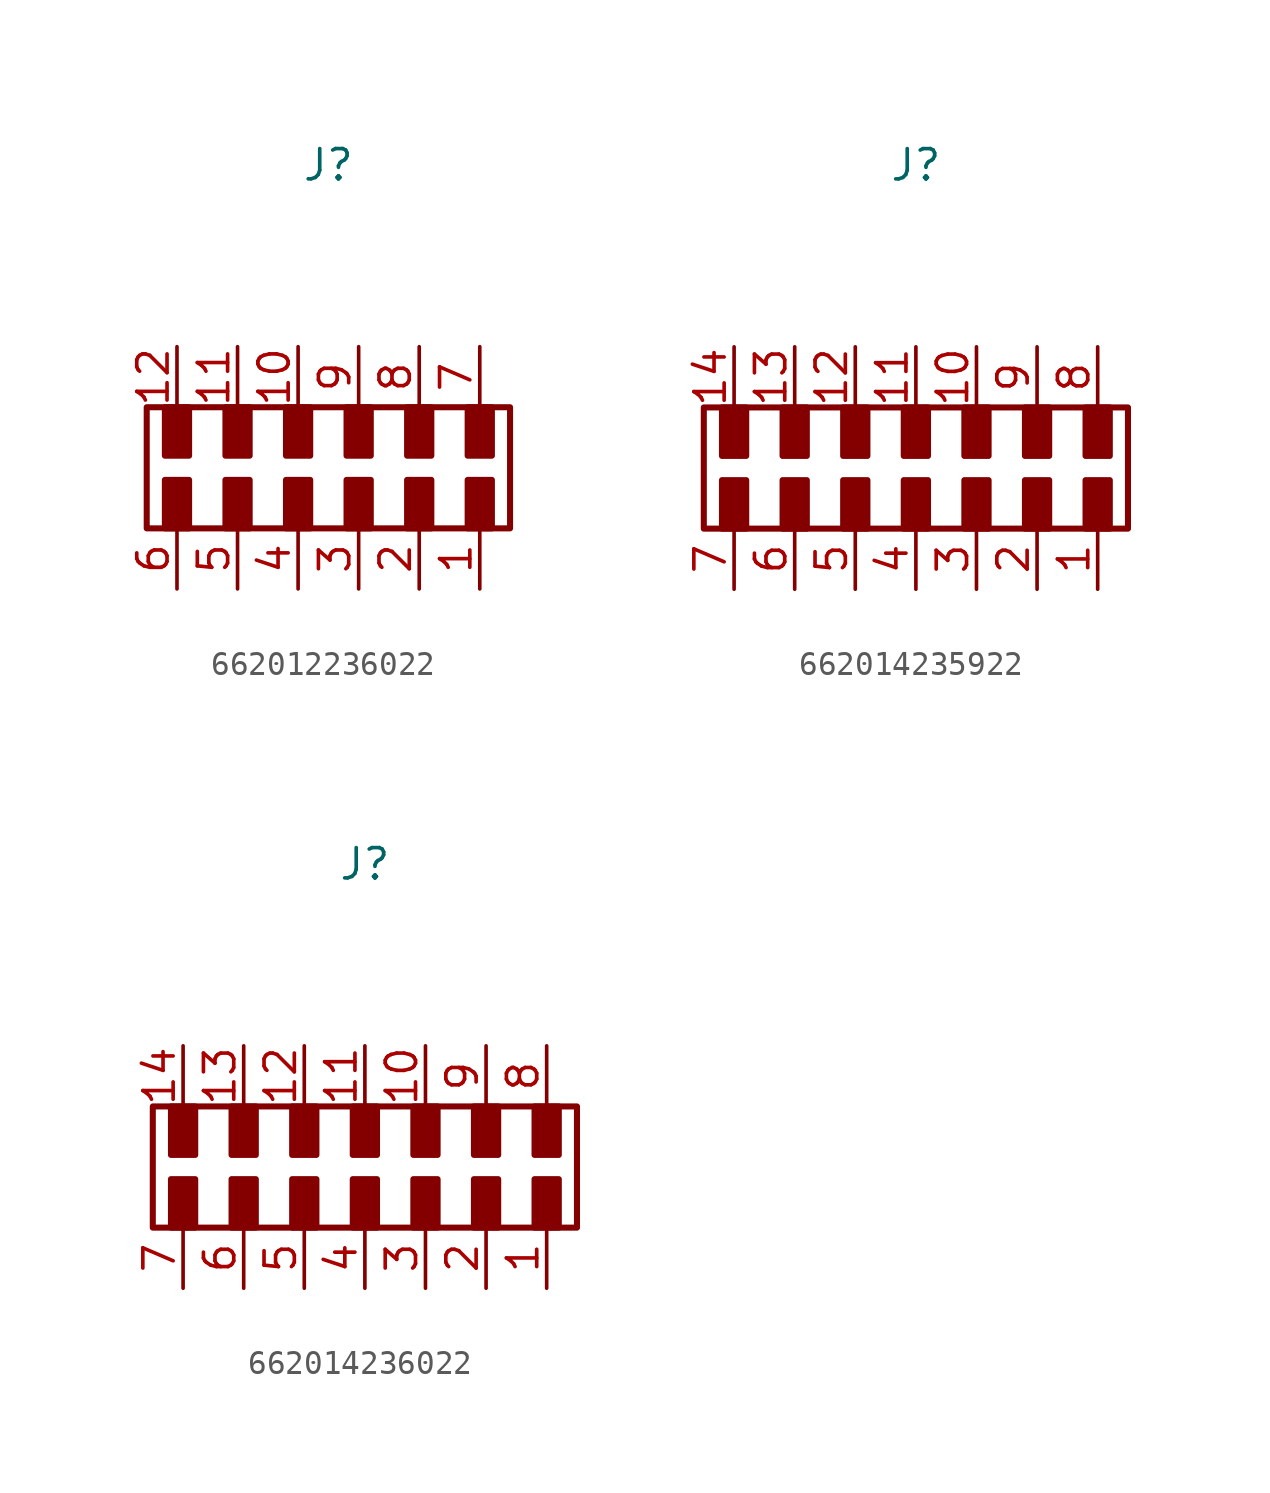
<source format=kicad_sym>
(kicad_symbol_lib
  (version 20241209)
  (generator "kicad_symbol_editor")
  (generator_version "9.0")
  (symbol "662012236022"
    (pin_names
      (hide yes))
    (property "Reference" "J"
      (at 0 12.7 0)
      (effects (font (size 1.27 1.27))))
    (symbol "662012236022_1_1"
      (rectangle (start -7.62 2.54) (end 7.62 -2.54) (stroke (width 0.254) (type solid)) (fill (type none)))
      (rectangle (start -6.858 2.54) (end -5.842 0.508) (stroke (width 0.254) (type solid)) (fill (type outline)))
      (rectangle (start -6.858 -0.508) (end -5.842 -2.54) (stroke (width 0.254) (type solid)) (fill (type outline)))
      (rectangle (start -4.318 2.54) (end -3.302 0.508) (stroke (width 0.254) (type solid)) (fill (type outline)))
      (rectangle (start -4.318 -0.508) (end -3.302 -2.54) (stroke (width 0.254) (type solid)) (fill (type outline)))
      (rectangle (start -1.778 2.54) (end -0.762 0.508) (stroke (width 0.254) (type solid)) (fill (type outline)))
      (rectangle (start -1.778 -0.508) (end -0.762 -2.54) (stroke (width 0.254) (type solid)) (fill (type outline)))
      (rectangle (start 0.762 2.54) (end 1.778 0.508) (stroke (width 0.254) (type solid)) (fill (type outline)))
      (rectangle (start 0.762 -0.508) (end 1.778 -2.54) (stroke (width 0.254) (type solid)) (fill (type outline)))
      (rectangle (start 3.302 2.54) (end 4.318 0.508) (stroke (width 0.254) (type solid)) (fill (type outline)))
      (rectangle (start 3.302 -0.508) (end 4.318 -2.54) (stroke (width 0.254) (type solid)) (fill (type outline)))
      (rectangle (start 5.842 2.54) (end 6.858 0.508) (stroke (width 0.254) (type solid)) (fill (type outline)))
      (rectangle (start 5.842 -0.508) (end 6.858 -2.54) (stroke (width 0.254) (type solid)) (fill (type outline)))
      (pin passive line (at -6.35 5.08 270) (length 2.54) (name "12" (effects (font (size 1.27 1.27)))) (number "12" (effects (font (size 1.27 1.27)))))
      (pin passive line (at -6.35 -5.08 90) (length 2.54) (name "6" (effects (font (size 1.27 1.27)))) (number "6" (effects (font (size 1.27 1.27)))))
      (pin passive line (at -3.81 5.08 270) (length 2.54) (name "11" (effects (font (size 1.27 1.27)))) (number "11" (effects (font (size 1.27 1.27)))))
      (pin passive line (at -3.81 -5.08 90) (length 2.54) (name "5" (effects (font (size 1.27 1.27)))) (number "5" (effects (font (size 1.27 1.27)))))
      (pin passive line (at -1.27 5.08 270) (length 2.54) (name "10" (effects (font (size 1.27 1.27)))) (number "10" (effects (font (size 1.27 1.27)))))
      (pin passive line (at -1.27 -5.08 90) (length 2.54) (name "4" (effects (font (size 1.27 1.27)))) (number "4" (effects (font (size 1.27 1.27)))))
      (pin passive line (at 1.27 5.08 270) (length 2.54) (name "9" (effects (font (size 1.27 1.27)))) (number "9" (effects (font (size 1.27 1.27)))))
      (pin passive line (at 1.27 -5.08 90) (length 2.54) (name "3" (effects (font (size 1.27 1.27)))) (number "3" (effects (font (size 1.27 1.27)))))
      (pin passive line (at 3.81 5.08 270) (length 2.54) (name "8" (effects (font (size 1.27 1.27)))) (number "8" (effects (font (size 1.27 1.27)))))
      (pin passive line (at 3.81 -5.08 90) (length 2.54) (name "2" (effects (font (size 1.27 1.27)))) (number "2" (effects (font (size 1.27 1.27)))))
      (pin passive line (at 6.35 5.08 270) (length 2.54) (name "7" (effects (font (size 1.27 1.27)))) (number "7" (effects (font (size 1.27 1.27)))))
      (pin passive line (at 6.35 -5.08 90) (length 2.54) (name "1" (effects (font (size 1.27 1.27)))) (number "1" (effects (font (size 1.27 1.27)))))))
  (symbol "662014235922"
    (pin_names
      (hide yes))
    (property "Reference" "J"
      (at 0 12.7 0)
      (effects (font (size 1.27 1.27))))
    (symbol "662014235922_1_1"
      (rectangle (start -8.89 2.54) (end 8.89 -2.54) (stroke (width 0.254) (type solid)) (fill (type none)))
      (rectangle (start -8.128 2.54) (end -7.112 0.508) (stroke (width 0.254) (type solid)) (fill (type outline)))
      (rectangle (start -8.128 -0.508) (end -7.112 -2.54) (stroke (width 0.254) (type solid)) (fill (type outline)))
      (rectangle (start -5.588 2.54) (end -4.572 0.508) (stroke (width 0.254) (type solid)) (fill (type outline)))
      (rectangle (start -5.588 -0.508) (end -4.572 -2.54) (stroke (width 0.254) (type solid)) (fill (type outline)))
      (rectangle (start -3.048 2.54) (end -2.032 0.508) (stroke (width 0.254) (type solid)) (fill (type outline)))
      (rectangle (start -3.048 -0.508) (end -2.032 -2.54) (stroke (width 0.254) (type solid)) (fill (type outline)))
      (rectangle (start -0.508 2.54) (end 0.508 0.508) (stroke (width 0.254) (type solid)) (fill (type outline)))
      (rectangle (start -0.508 -0.508) (end 0.508 -2.54) (stroke (width 0.254) (type solid)) (fill (type outline)))
      (rectangle (start 2.032 2.54) (end 3.048 0.508) (stroke (width 0.254) (type solid)) (fill (type outline)))
      (rectangle (start 2.032 -0.508) (end 3.048 -2.54) (stroke (width 0.254) (type solid)) (fill (type outline)))
      (rectangle (start 4.572 2.54) (end 5.588 0.508) (stroke (width 0.254) (type solid)) (fill (type outline)))
      (rectangle (start 4.572 -0.508) (end 5.588 -2.54) (stroke (width 0.254) (type solid)) (fill (type outline)))
      (rectangle (start 7.112 2.54) (end 8.128 0.508) (stroke (width 0.254) (type solid)) (fill (type outline)))
      (rectangle (start 7.112 -0.508) (end 8.128 -2.54) (stroke (width 0.254) (type solid)) (fill (type outline)))
      (pin passive line (at -7.62 5.08 270) (length 2.54) (name "14" (effects (font (size 1.27 1.27)))) (number "14" (effects (font (size 1.27 1.27)))))
      (pin passive line (at -7.62 -5.08 90) (length 2.54) (name "7" (effects (font (size 1.27 1.27)))) (number "7" (effects (font (size 1.27 1.27)))))
      (pin passive line (at -5.08 5.08 270) (length 2.54) (name "13" (effects (font (size 1.27 1.27)))) (number "13" (effects (font (size 1.27 1.27)))))
      (pin passive line (at -5.08 -5.08 90) (length 2.54) (name "6" (effects (font (size 1.27 1.27)))) (number "6" (effects (font (size 1.27 1.27)))))
      (pin passive line (at -2.54 5.08 270) (length 2.54) (name "12" (effects (font (size 1.27 1.27)))) (number "12" (effects (font (size 1.27 1.27)))))
      (pin passive line (at -2.54 -5.08 90) (length 2.54) (name "5" (effects (font (size 1.27 1.27)))) (number "5" (effects (font (size 1.27 1.27)))))
      (pin passive line (at 0 5.08 270) (length 2.54) (name "11" (effects (font (size 1.27 1.27)))) (number "11" (effects (font (size 1.27 1.27)))))
      (pin passive line (at 0 -5.08 90) (length 2.54) (name "4" (effects (font (size 1.27 1.27)))) (number "4" (effects (font (size 1.27 1.27)))))
      (pin passive line (at 2.54 5.08 270) (length 2.54) (name "10" (effects (font (size 1.27 1.27)))) (number "10" (effects (font (size 1.27 1.27)))))
      (pin passive line (at 2.54 -5.08 90) (length 2.54) (name "3" (effects (font (size 1.27 1.27)))) (number "3" (effects (font (size 1.27 1.27)))))
      (pin passive line (at 5.08 5.08 270) (length 2.54) (name "9" (effects (font (size 1.27 1.27)))) (number "9" (effects (font (size 1.27 1.27)))))
      (pin passive line (at 5.08 -5.08 90) (length 2.54) (name "2" (effects (font (size 1.27 1.27)))) (number "2" (effects (font (size 1.27 1.27)))))
      (pin passive line (at 7.62 5.08 270) (length 2.54) (name "8" (effects (font (size 1.27 1.27)))) (number "8" (effects (font (size 1.27 1.27)))))
      (pin passive line (at 7.62 -5.08 90) (length 2.54) (name "1" (effects (font (size 1.27 1.27)))) (number "1" (effects (font (size 1.27 1.27)))))))
  (symbol "662014236022"
    (pin_names
      (hide yes))
    (property "Reference" "J"
      (at 0 12.7 0)
      (effects (font (size 1.27 1.27))))
    (symbol "662014236022_1_1"
      (rectangle (start -8.89 2.54) (end 8.89 -2.54) (stroke (width 0.254) (type solid)) (fill (type none)))
      (rectangle (start -8.128 2.54) (end -7.112 0.508) (stroke (width 0.254) (type solid)) (fill (type outline)))
      (rectangle (start -8.128 -0.508) (end -7.112 -2.54) (stroke (width 0.254) (type solid)) (fill (type outline)))
      (rectangle (start -5.588 2.54) (end -4.572 0.508) (stroke (width 0.254) (type solid)) (fill (type outline)))
      (rectangle (start -5.588 -0.508) (end -4.572 -2.54) (stroke (width 0.254) (type solid)) (fill (type outline)))
      (rectangle (start -3.048 2.54) (end -2.032 0.508) (stroke (width 0.254) (type solid)) (fill (type outline)))
      (rectangle (start -3.048 -0.508) (end -2.032 -2.54) (stroke (width 0.254) (type solid)) (fill (type outline)))
      (rectangle (start -0.508 2.54) (end 0.508 0.508) (stroke (width 0.254) (type solid)) (fill (type outline)))
      (rectangle (start -0.508 -0.508) (end 0.508 -2.54) (stroke (width 0.254) (type solid)) (fill (type outline)))
      (rectangle (start 2.032 2.54) (end 3.048 0.508) (stroke (width 0.254) (type solid)) (fill (type outline)))
      (rectangle (start 2.032 -0.508) (end 3.048 -2.54) (stroke (width 0.254) (type solid)) (fill (type outline)))
      (rectangle (start 4.572 2.54) (end 5.588 0.508) (stroke (width 0.254) (type solid)) (fill (type outline)))
      (rectangle (start 4.572 -0.508) (end 5.588 -2.54) (stroke (width 0.254) (type solid)) (fill (type outline)))
      (rectangle (start 7.112 2.54) (end 8.128 0.508) (stroke (width 0.254) (type solid)) (fill (type outline)))
      (rectangle (start 7.112 -0.508) (end 8.128 -2.54) (stroke (width 0.254) (type solid)) (fill (type outline)))
      (pin passive line (at -7.62 5.08 270) (length 2.54) (name "14" (effects (font (size 1.27 1.27)))) (number "14" (effects (font (size 1.27 1.27)))))
      (pin passive line (at -7.62 -5.08 90) (length 2.54) (name "7" (effects (font (size 1.27 1.27)))) (number "7" (effects (font (size 1.27 1.27)))))
      (pin passive line (at -5.08 5.08 270) (length 2.54) (name "13" (effects (font (size 1.27 1.27)))) (number "13" (effects (font (size 1.27 1.27)))))
      (pin passive line (at -5.08 -5.08 90) (length 2.54) (name "6" (effects (font (size 1.27 1.27)))) (number "6" (effects (font (size 1.27 1.27)))))
      (pin passive line (at -2.54 5.08 270) (length 2.54) (name "12" (effects (font (size 1.27 1.27)))) (number "12" (effects (font (size 1.27 1.27)))))
      (pin passive line (at -2.54 -5.08 90) (length 2.54) (name "5" (effects (font (size 1.27 1.27)))) (number "5" (effects (font (size 1.27 1.27)))))
      (pin passive line (at 0 5.08 270) (length 2.54) (name "11" (effects (font (size 1.27 1.27)))) (number "11" (effects (font (size 1.27 1.27)))))
      (pin passive line (at 0 -5.08 90) (length 2.54) (name "4" (effects (font (size 1.27 1.27)))) (number "4" (effects (font (size 1.27 1.27)))))
      (pin passive line (at 2.54 5.08 270) (length 2.54) (name "10" (effects (font (size 1.27 1.27)))) (number "10" (effects (font (size 1.27 1.27)))))
      (pin passive line (at 2.54 -5.08 90) (length 2.54) (name "3" (effects (font (size 1.27 1.27)))) (number "3" (effects (font (size 1.27 1.27)))))
      (pin passive line (at 5.08 5.08 270) (length 2.54) (name "9" (effects (font (size 1.27 1.27)))) (number "9" (effects (font (size 1.27 1.27)))))
      (pin passive line (at 5.08 -5.08 90) (length 2.54) (name "2" (effects (font (size 1.27 1.27)))) (number "2" (effects (font (size 1.27 1.27)))))
      (pin passive line (at 7.62 5.08 270) (length 2.54) (name "8" (effects (font (size 1.27 1.27)))) (number "8" (effects (font (size 1.27 1.27)))))
      (pin passive line (at 7.62 -5.08 90) (length 2.54) (name "1" (effects (font (size 1.27 1.27)))) (number "1" (effects (font (size 1.27 1.27))))))))
</source>
